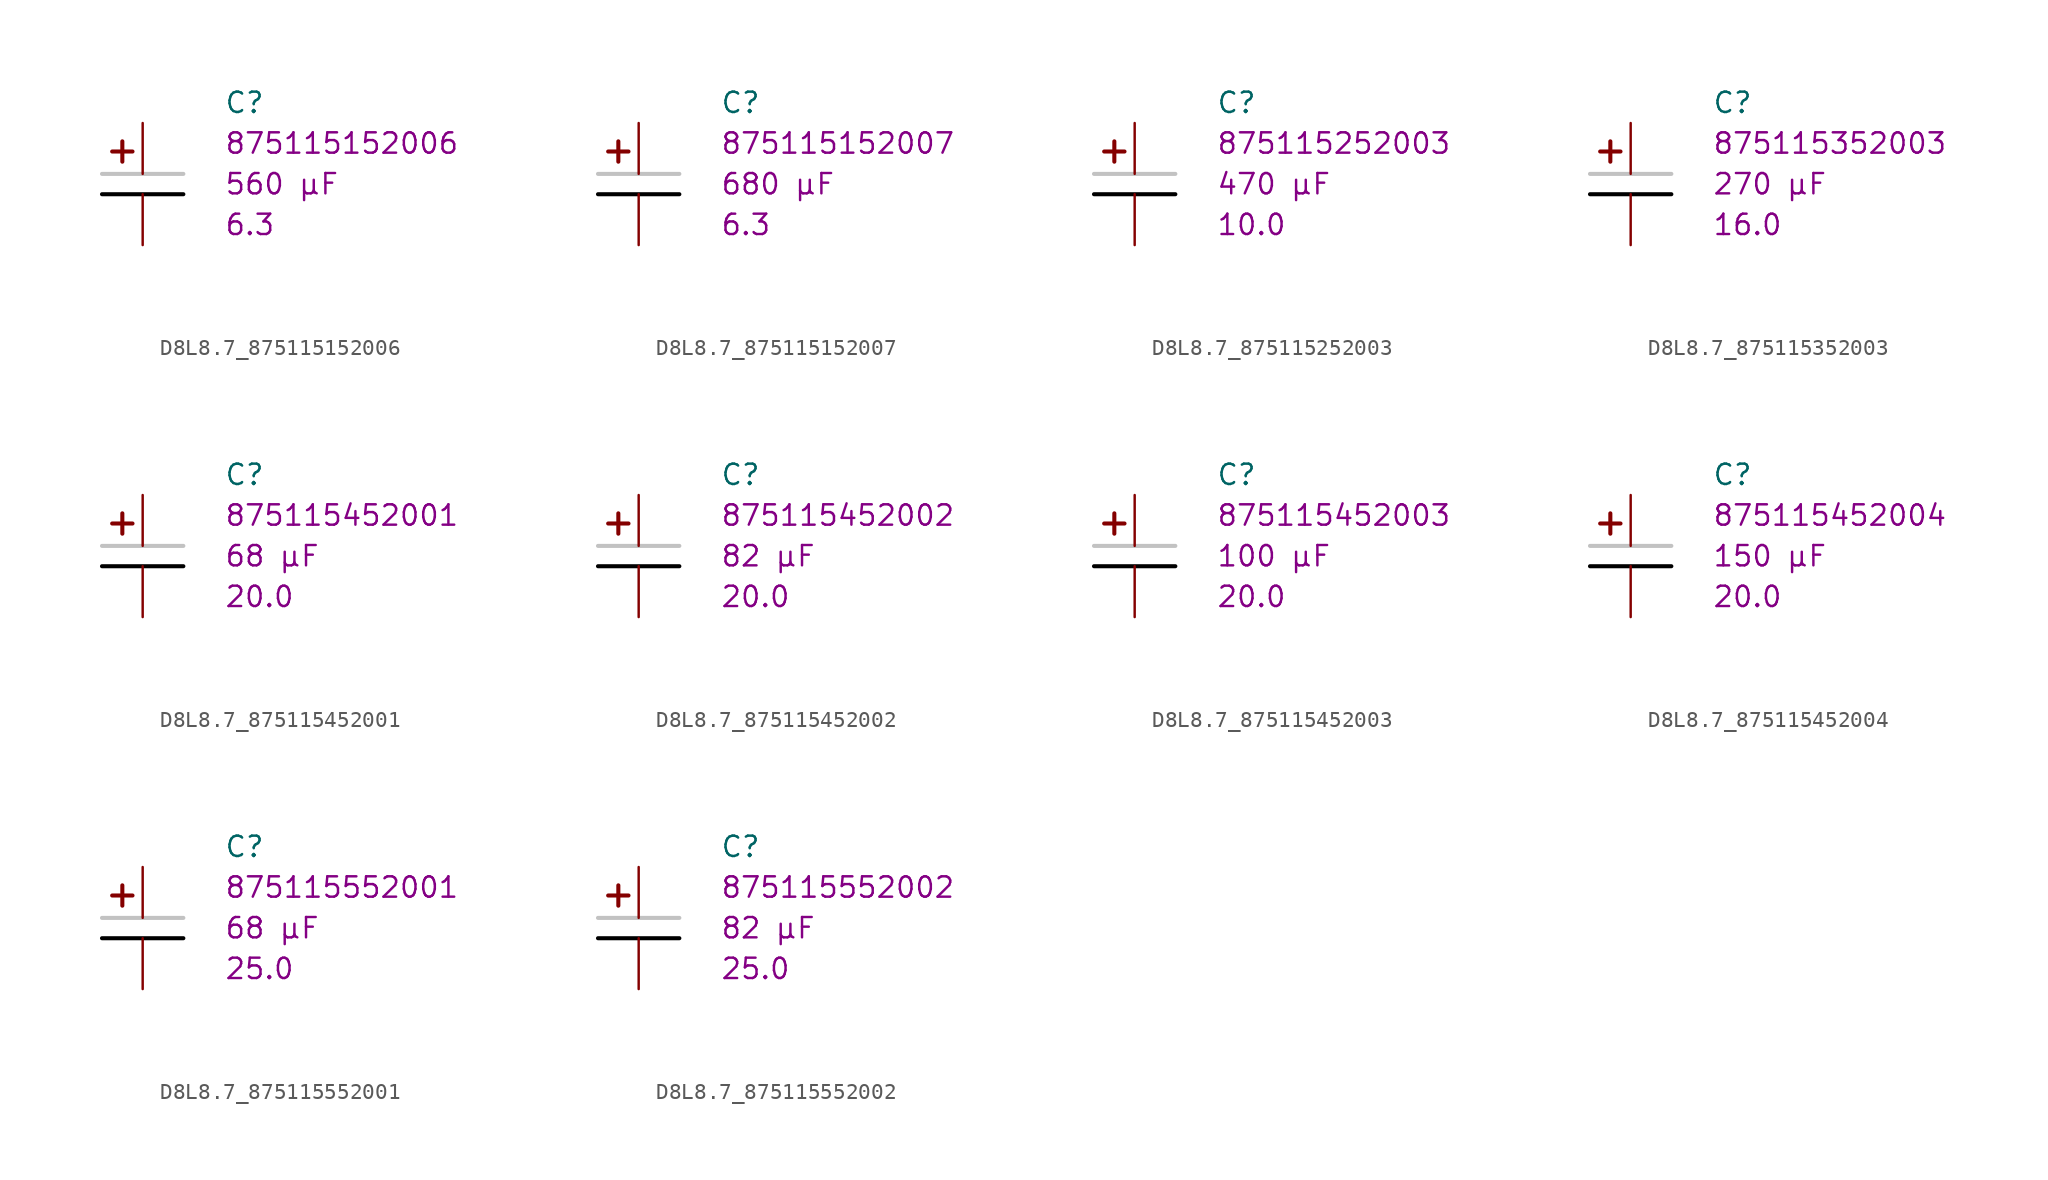
<source format=kicad_sym>
(kicad_symbol_lib
  (version 20220914)
  (generator kicad_symbol_editor)
  (symbol "D8L8.7_875115152006"
    (pin_numbers hide)
    (pin_names hide)
    (property "Reference" "C"
      (at 5.08 5.08 0)
      (effects (font (size 1.27 1.27)) (justify left)))
    (property "Part Number" "875115152006"
      (at 5.08 2.54 0)
      (effects (font (size 1.27 1.27)) (justify left)))
    (property "Capacitance" "560 µF"
      (at 5.08 0 0)
      (effects (font (size 1.27 1.27)) (justify left)))
    (property "Voltage" "6.3"
      (at 5.08 -2.54 0)
      (effects (font (size 1.27 1.27)) (justify left)))
    (property "Critical Parameter" ""
      (at 0 -7.62 0)
      (effects (font (size 1.27 1.27))))
    (symbol "D8L8.7_875115152006_1_1"
      (polyline (pts (xy -1.27 2.667) (xy -1.27 1.397)) (stroke (width 0.254) (type default)) (fill (type none)))
      (polyline (pts (xy -0.635 2.032) (xy -1.905 2.032)) (stroke (width 0.254) (type default)) (fill (type none)))
      (polyline (pts (xy 2.54 -0.635) (xy -2.54 -0.635)) (stroke (width 0.254) (type default) (color 0 0 0 1)) (fill (type none)))
      (polyline (pts (xy 2.54 0.635) (xy -2.54 0.635)) (stroke (width 0.254) (type default) (color 194 194 194 1)) (fill (type none)))
      (pin passive line (at 0 3.81 270) (length 3.175) (name "1" (effects (font (size 1.27 1.27)))) (number "1" (effects (font (size 1.27 1.27)))))
      (pin passive line (at 0 -3.81 90) (length 3.175) (name "2" (effects (font (size 1.27 1.27)))) (number "2" (effects (font (size 1.27 1.27)))))))
  (symbol "D8L8.7_875115152007"
    (pin_numbers hide)
    (pin_names hide)
    (property "Reference" "C"
      (at 5.08 5.08 0)
      (effects (font (size 1.27 1.27)) (justify left)))
    (property "Part Number" "875115152007"
      (at 5.08 2.54 0)
      (effects (font (size 1.27 1.27)) (justify left)))
    (property "Capacitance" "680 µF"
      (at 5.08 0 0)
      (effects (font (size 1.27 1.27)) (justify left)))
    (property "Voltage" "6.3"
      (at 5.08 -2.54 0)
      (effects (font (size 1.27 1.27)) (justify left)))
    (property "Critical Parameter" ""
      (at 0 -7.62 0)
      (effects (font (size 1.27 1.27))))
    (symbol "D8L8.7_875115152007_1_1"
      (polyline (pts (xy -1.27 2.667) (xy -1.27 1.397)) (stroke (width 0.254) (type default)) (fill (type none)))
      (polyline (pts (xy -0.635 2.032) (xy -1.905 2.032)) (stroke (width 0.254) (type default)) (fill (type none)))
      (polyline (pts (xy 2.54 -0.635) (xy -2.54 -0.635)) (stroke (width 0.254) (type default) (color 0 0 0 1)) (fill (type none)))
      (polyline (pts (xy 2.54 0.635) (xy -2.54 0.635)) (stroke (width 0.254) (type default) (color 194 194 194 1)) (fill (type none)))
      (pin passive line (at 0 3.81 270) (length 3.175) (name "1" (effects (font (size 1.27 1.27)))) (number "1" (effects (font (size 1.27 1.27)))))
      (pin passive line (at 0 -3.81 90) (length 3.175) (name "2" (effects (font (size 1.27 1.27)))) (number "2" (effects (font (size 1.27 1.27)))))))
  (symbol "D8L8.7_875115252003"
    (pin_numbers hide)
    (pin_names hide)
    (property "Reference" "C"
      (at 5.08 5.08 0)
      (effects (font (size 1.27 1.27)) (justify left)))
    (property "Part Number" "875115252003"
      (at 5.08 2.54 0)
      (effects (font (size 1.27 1.27)) (justify left)))
    (property "Capacitance" "470 µF"
      (at 5.08 0 0)
      (effects (font (size 1.27 1.27)) (justify left)))
    (property "Voltage" "10.0"
      (at 5.08 -2.54 0)
      (effects (font (size 1.27 1.27)) (justify left)))
    (property "Critical Parameter" ""
      (at 0 -7.62 0)
      (effects (font (size 1.27 1.27))))
    (symbol "D8L8.7_875115252003_1_1"
      (polyline (pts (xy -1.27 2.667) (xy -1.27 1.397)) (stroke (width 0.254) (type default)) (fill (type none)))
      (polyline (pts (xy -0.635 2.032) (xy -1.905 2.032)) (stroke (width 0.254) (type default)) (fill (type none)))
      (polyline (pts (xy 2.54 -0.635) (xy -2.54 -0.635)) (stroke (width 0.254) (type default) (color 0 0 0 1)) (fill (type none)))
      (polyline (pts (xy 2.54 0.635) (xy -2.54 0.635)) (stroke (width 0.254) (type default) (color 194 194 194 1)) (fill (type none)))
      (pin passive line (at 0 3.81 270) (length 3.175) (name "1" (effects (font (size 1.27 1.27)))) (number "1" (effects (font (size 1.27 1.27)))))
      (pin passive line (at 0 -3.81 90) (length 3.175) (name "2" (effects (font (size 1.27 1.27)))) (number "2" (effects (font (size 1.27 1.27)))))))
  (symbol "D8L8.7_875115352003"
    (pin_numbers hide)
    (pin_names hide)
    (property "Reference" "C"
      (at 5.08 5.08 0)
      (effects (font (size 1.27 1.27)) (justify left)))
    (property "Part Number" "875115352003"
      (at 5.08 2.54 0)
      (effects (font (size 1.27 1.27)) (justify left)))
    (property "Capacitance" "270 µF"
      (at 5.08 0 0)
      (effects (font (size 1.27 1.27)) (justify left)))
    (property "Voltage" "16.0"
      (at 5.08 -2.54 0)
      (effects (font (size 1.27 1.27)) (justify left)))
    (property "Critical Parameter" ""
      (at 0 -7.62 0)
      (effects (font (size 1.27 1.27))))
    (symbol "D8L8.7_875115352003_1_1"
      (polyline (pts (xy -1.27 2.667) (xy -1.27 1.397)) (stroke (width 0.254) (type default)) (fill (type none)))
      (polyline (pts (xy -0.635 2.032) (xy -1.905 2.032)) (stroke (width 0.254) (type default)) (fill (type none)))
      (polyline (pts (xy 2.54 -0.635) (xy -2.54 -0.635)) (stroke (width 0.254) (type default) (color 0 0 0 1)) (fill (type none)))
      (polyline (pts (xy 2.54 0.635) (xy -2.54 0.635)) (stroke (width 0.254) (type default) (color 194 194 194 1)) (fill (type none)))
      (pin passive line (at 0 3.81 270) (length 3.175) (name "1" (effects (font (size 1.27 1.27)))) (number "1" (effects (font (size 1.27 1.27)))))
      (pin passive line (at 0 -3.81 90) (length 3.175) (name "2" (effects (font (size 1.27 1.27)))) (number "2" (effects (font (size 1.27 1.27)))))))
  (symbol "D8L8.7_875115452001"
    (pin_numbers hide)
    (pin_names hide)
    (property "Reference" "C"
      (at 5.08 5.08 0)
      (effects (font (size 1.27 1.27)) (justify left)))
    (property "Part Number" "875115452001"
      (at 5.08 2.54 0)
      (effects (font (size 1.27 1.27)) (justify left)))
    (property "Capacitance" "68 µF"
      (at 5.08 0 0)
      (effects (font (size 1.27 1.27)) (justify left)))
    (property "Voltage" "20.0"
      (at 5.08 -2.54 0)
      (effects (font (size 1.27 1.27)) (justify left)))
    (property "Critical Parameter" ""
      (at 0 -7.62 0)
      (effects (font (size 1.27 1.27))))
    (symbol "D8L8.7_875115452001_1_1"
      (polyline (pts (xy -1.27 2.667) (xy -1.27 1.397)) (stroke (width 0.254) (type default)) (fill (type none)))
      (polyline (pts (xy -0.635 2.032) (xy -1.905 2.032)) (stroke (width 0.254) (type default)) (fill (type none)))
      (polyline (pts (xy 2.54 -0.635) (xy -2.54 -0.635)) (stroke (width 0.254) (type default) (color 0 0 0 1)) (fill (type none)))
      (polyline (pts (xy 2.54 0.635) (xy -2.54 0.635)) (stroke (width 0.254) (type default) (color 194 194 194 1)) (fill (type none)))
      (pin passive line (at 0 3.81 270) (length 3.175) (name "1" (effects (font (size 1.27 1.27)))) (number "1" (effects (font (size 1.27 1.27)))))
      (pin passive line (at 0 -3.81 90) (length 3.175) (name "2" (effects (font (size 1.27 1.27)))) (number "2" (effects (font (size 1.27 1.27)))))))
  (symbol "D8L8.7_875115452002"
    (pin_numbers hide)
    (pin_names hide)
    (property "Reference" "C"
      (at 5.08 5.08 0)
      (effects (font (size 1.27 1.27)) (justify left)))
    (property "Part Number" "875115452002"
      (at 5.08 2.54 0)
      (effects (font (size 1.27 1.27)) (justify left)))
    (property "Capacitance" "82 µF"
      (at 5.08 0 0)
      (effects (font (size 1.27 1.27)) (justify left)))
    (property "Voltage" "20.0"
      (at 5.08 -2.54 0)
      (effects (font (size 1.27 1.27)) (justify left)))
    (property "Critical Parameter" ""
      (at 0 -7.62 0)
      (effects (font (size 1.27 1.27))))
    (symbol "D8L8.7_875115452002_1_1"
      (polyline (pts (xy -1.27 2.667) (xy -1.27 1.397)) (stroke (width 0.254) (type default)) (fill (type none)))
      (polyline (pts (xy -0.635 2.032) (xy -1.905 2.032)) (stroke (width 0.254) (type default)) (fill (type none)))
      (polyline (pts (xy 2.54 -0.635) (xy -2.54 -0.635)) (stroke (width 0.254) (type default) (color 0 0 0 1)) (fill (type none)))
      (polyline (pts (xy 2.54 0.635) (xy -2.54 0.635)) (stroke (width 0.254) (type default) (color 194 194 194 1)) (fill (type none)))
      (pin passive line (at 0 3.81 270) (length 3.175) (name "1" (effects (font (size 1.27 1.27)))) (number "1" (effects (font (size 1.27 1.27)))))
      (pin passive line (at 0 -3.81 90) (length 3.175) (name "2" (effects (font (size 1.27 1.27)))) (number "2" (effects (font (size 1.27 1.27)))))))
  (symbol "D8L8.7_875115452003"
    (pin_numbers hide)
    (pin_names hide)
    (property "Reference" "C"
      (at 5.08 5.08 0)
      (effects (font (size 1.27 1.27)) (justify left)))
    (property "Part Number" "875115452003"
      (at 5.08 2.54 0)
      (effects (font (size 1.27 1.27)) (justify left)))
    (property "Capacitance" "100 µF"
      (at 5.08 0 0)
      (effects (font (size 1.27 1.27)) (justify left)))
    (property "Voltage" "20.0"
      (at 5.08 -2.54 0)
      (effects (font (size 1.27 1.27)) (justify left)))
    (property "Critical Parameter" ""
      (at 0 -7.62 0)
      (effects (font (size 1.27 1.27))))
    (symbol "D8L8.7_875115452003_1_1"
      (polyline (pts (xy -1.27 2.667) (xy -1.27 1.397)) (stroke (width 0.254) (type default)) (fill (type none)))
      (polyline (pts (xy -0.635 2.032) (xy -1.905 2.032)) (stroke (width 0.254) (type default)) (fill (type none)))
      (polyline (pts (xy 2.54 -0.635) (xy -2.54 -0.635)) (stroke (width 0.254) (type default) (color 0 0 0 1)) (fill (type none)))
      (polyline (pts (xy 2.54 0.635) (xy -2.54 0.635)) (stroke (width 0.254) (type default) (color 194 194 194 1)) (fill (type none)))
      (pin passive line (at 0 3.81 270) (length 3.175) (name "1" (effects (font (size 1.27 1.27)))) (number "1" (effects (font (size 1.27 1.27)))))
      (pin passive line (at 0 -3.81 90) (length 3.175) (name "2" (effects (font (size 1.27 1.27)))) (number "2" (effects (font (size 1.27 1.27)))))))
  (symbol "D8L8.7_875115452004"
    (pin_numbers hide)
    (pin_names hide)
    (property "Reference" "C"
      (at 5.08 5.08 0)
      (effects (font (size 1.27 1.27)) (justify left)))
    (property "Part Number" "875115452004"
      (at 5.08 2.54 0)
      (effects (font (size 1.27 1.27)) (justify left)))
    (property "Capacitance" "150 µF"
      (at 5.08 0 0)
      (effects (font (size 1.27 1.27)) (justify left)))
    (property "Voltage" "20.0"
      (at 5.08 -2.54 0)
      (effects (font (size 1.27 1.27)) (justify left)))
    (property "Critical Parameter" ""
      (at 0 -7.62 0)
      (effects (font (size 1.27 1.27))))
    (symbol "D8L8.7_875115452004_1_1"
      (polyline (pts (xy -1.27 2.667) (xy -1.27 1.397)) (stroke (width 0.254) (type default)) (fill (type none)))
      (polyline (pts (xy -0.635 2.032) (xy -1.905 2.032)) (stroke (width 0.254) (type default)) (fill (type none)))
      (polyline (pts (xy 2.54 -0.635) (xy -2.54 -0.635)) (stroke (width 0.254) (type default) (color 0 0 0 1)) (fill (type none)))
      (polyline (pts (xy 2.54 0.635) (xy -2.54 0.635)) (stroke (width 0.254) (type default) (color 194 194 194 1)) (fill (type none)))
      (pin passive line (at 0 3.81 270) (length 3.175) (name "1" (effects (font (size 1.27 1.27)))) (number "1" (effects (font (size 1.27 1.27)))))
      (pin passive line (at 0 -3.81 90) (length 3.175) (name "2" (effects (font (size 1.27 1.27)))) (number "2" (effects (font (size 1.27 1.27)))))))
  (symbol "D8L8.7_875115552001"
    (pin_numbers hide)
    (pin_names hide)
    (property "Reference" "C"
      (at 5.08 5.08 0)
      (effects (font (size 1.27 1.27)) (justify left)))
    (property "Part Number" "875115552001"
      (at 5.08 2.54 0)
      (effects (font (size 1.27 1.27)) (justify left)))
    (property "Capacitance" "68 µF"
      (at 5.08 0 0)
      (effects (font (size 1.27 1.27)) (justify left)))
    (property "Voltage" "25.0"
      (at 5.08 -2.54 0)
      (effects (font (size 1.27 1.27)) (justify left)))
    (property "Critical Parameter" ""
      (at 0 -7.62 0)
      (effects (font (size 1.27 1.27))))
    (symbol "D8L8.7_875115552001_1_1"
      (polyline (pts (xy -1.27 2.667) (xy -1.27 1.397)) (stroke (width 0.254) (type default)) (fill (type none)))
      (polyline (pts (xy -0.635 2.032) (xy -1.905 2.032)) (stroke (width 0.254) (type default)) (fill (type none)))
      (polyline (pts (xy 2.54 -0.635) (xy -2.54 -0.635)) (stroke (width 0.254) (type default) (color 0 0 0 1)) (fill (type none)))
      (polyline (pts (xy 2.54 0.635) (xy -2.54 0.635)) (stroke (width 0.254) (type default) (color 194 194 194 1)) (fill (type none)))
      (pin passive line (at 0 3.81 270) (length 3.175) (name "1" (effects (font (size 1.27 1.27)))) (number "1" (effects (font (size 1.27 1.27)))))
      (pin passive line (at 0 -3.81 90) (length 3.175) (name "2" (effects (font (size 1.27 1.27)))) (number "2" (effects (font (size 1.27 1.27)))))))
  (symbol "D8L8.7_875115552002"
    (pin_numbers hide)
    (pin_names hide)
    (property "Reference" "C"
      (at 5.08 5.08 0)
      (effects (font (size 1.27 1.27)) (justify left)))
    (property "Part Number" "875115552002"
      (at 5.08 2.54 0)
      (effects (font (size 1.27 1.27)) (justify left)))
    (property "Capacitance" "82 µF"
      (at 5.08 0 0)
      (effects (font (size 1.27 1.27)) (justify left)))
    (property "Voltage" "25.0"
      (at 5.08 -2.54 0)
      (effects (font (size 1.27 1.27)) (justify left)))
    (property "Critical Parameter" ""
      (at 0 -7.62 0)
      (effects (font (size 1.27 1.27))))
    (symbol "D8L8.7_875115552002_1_1"
      (polyline (pts (xy -1.27 2.667) (xy -1.27 1.397)) (stroke (width 0.254) (type default)) (fill (type none)))
      (polyline (pts (xy -0.635 2.032) (xy -1.905 2.032)) (stroke (width 0.254) (type default)) (fill (type none)))
      (polyline (pts (xy 2.54 -0.635) (xy -2.54 -0.635)) (stroke (width 0.254) (type default) (color 0 0 0 1)) (fill (type none)))
      (polyline (pts (xy 2.54 0.635) (xy -2.54 0.635)) (stroke (width 0.254) (type default) (color 194 194 194 1)) (fill (type none)))
      (pin passive line (at 0 3.81 270) (length 3.175) (name "1" (effects (font (size 1.27 1.27)))) (number "1" (effects (font (size 1.27 1.27)))))
      (pin passive line (at 0 -3.81 90) (length 3.175) (name "2" (effects (font (size 1.27 1.27)))) (number "2" (effects (font (size 1.27 1.27))))))))
</source>
